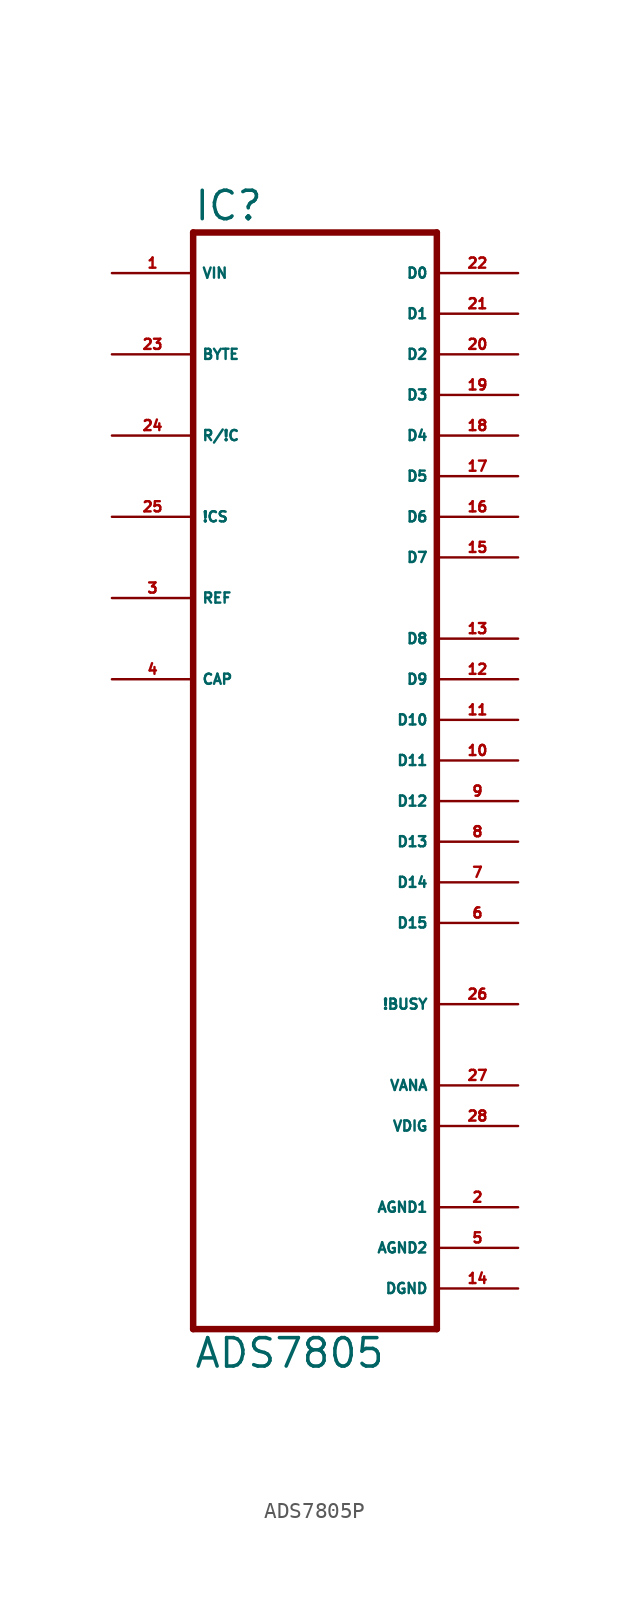
<source format=kicad_sym>
(kicad_symbol_lib
  (version 20220914)
  (generator Eagle2Kicad)
  (symbol "ADS7805P"
    (property "Reference" "IC"
      (at -7.62 36.195 0)
      (effects (font (size 1.778 1.778) (thickness 0.22)) (justify left bottom)))
    (property "Value" "ADS7805"
      (at -7.62 -35.56 0)
      (effects (font (size 1.778 1.778) (thickness 0.22)) (justify left bottom)))
    (polyline
      (pts (xy 7.62 -33.02) (xy -7.62 -33.02))
      (stroke (width 0.406) (type default))
      (fill (type none)))
    (polyline
      (pts (xy -7.62 -33.02) (xy -7.62 35.56))
      (stroke (width 0.406) (type default))
      (fill (type none)))
    (polyline
      (pts (xy -7.62 35.56) (xy 7.62 35.56))
      (stroke (width 0.406) (type default))
      (fill (type none)))
    (polyline
      (pts (xy 7.62 35.56) (xy 7.62 -33.02))
      (stroke (width 0.406) (type default))
      (fill (type none)))
    (pin input line
      (at -12.7 33.02 0)
      (length 5.08)
      (name "VIN" (effects (font (size 0.635 0.635) (thickness 0.08)) (justify left bottom)))
      (number "1" (effects (font (size 0.635 0.635) (thickness 0.08)) (justify left bottom))))
    (pin input line
      (at -12.7 27.94 0)
      (length 5.08)
      (name "BYTE" (effects (font (size 0.635 0.635) (thickness 0.08)) (justify left bottom)))
      (number "23" (effects (font (size 0.635 0.635) (thickness 0.08)) (justify left bottom))))
    (pin input line
      (at -12.7 22.86 0)
      (length 5.08)
      (name "R/!C" (effects (font (size 0.635 0.635) (thickness 0.08)) (justify left bottom)))
      (number "24" (effects (font (size 0.635 0.635) (thickness 0.08)) (justify left bottom))))
    (pin input line
      (at -12.7 17.78 0)
      (length 5.08)
      (name "!CS" (effects (font (size 0.635 0.635) (thickness 0.08)) (justify left bottom)))
      (number "25" (effects (font (size 0.635 0.635) (thickness 0.08)) (justify left bottom))))
    (pin output line
      (at 12.7 33.02 180)
      (length 5.08)
      (name "D0" (effects (font (size 0.635 0.635) (thickness 0.08)) (justify left bottom)))
      (number "22" (effects (font (size 0.635 0.635) (thickness 0.08)) (justify left bottom))))
    (pin output line
      (at 12.7 30.48 180)
      (length 5.08)
      (name "D1" (effects (font (size 0.635 0.635) (thickness 0.08)) (justify left bottom)))
      (number "21" (effects (font (size 0.635 0.635) (thickness 0.08)) (justify left bottom))))
    (pin output line
      (at 12.7 27.94 180)
      (length 5.08)
      (name "D2" (effects (font (size 0.635 0.635) (thickness 0.08)) (justify left bottom)))
      (number "20" (effects (font (size 0.635 0.635) (thickness 0.08)) (justify left bottom))))
    (pin output line
      (at 12.7 25.4 180)
      (length 5.08)
      (name "D3" (effects (font (size 0.635 0.635) (thickness 0.08)) (justify left bottom)))
      (number "19" (effects (font (size 0.635 0.635) (thickness 0.08)) (justify left bottom))))
    (pin output line
      (at 12.7 22.86 180)
      (length 5.08)
      (name "D4" (effects (font (size 0.635 0.635) (thickness 0.08)) (justify left bottom)))
      (number "18" (effects (font (size 0.635 0.635) (thickness 0.08)) (justify left bottom))))
    (pin output line
      (at 12.7 20.32 180)
      (length 5.08)
      (name "D5" (effects (font (size 0.635 0.635) (thickness 0.08)) (justify left bottom)))
      (number "17" (effects (font (size 0.635 0.635) (thickness 0.08)) (justify left bottom))))
    (pin output line
      (at 12.7 17.78 180)
      (length 5.08)
      (name "D6" (effects (font (size 0.635 0.635) (thickness 0.08)) (justify left bottom)))
      (number "16" (effects (font (size 0.635 0.635) (thickness 0.08)) (justify left bottom))))
    (pin output line
      (at 12.7 15.24 180)
      (length 5.08)
      (name "D7" (effects (font (size 0.635 0.635) (thickness 0.08)) (justify left bottom)))
      (number "15" (effects (font (size 0.635 0.635) (thickness 0.08)) (justify left bottom))))
    (pin output line
      (at 12.7 10.16 180)
      (length 5.08)
      (name "D8" (effects (font (size 0.635 0.635) (thickness 0.08)) (justify left bottom)))
      (number "13" (effects (font (size 0.635 0.635) (thickness 0.08)) (justify left bottom))))
    (pin output line
      (at 12.7 7.62 180)
      (length 5.08)
      (name "D9" (effects (font (size 0.635 0.635) (thickness 0.08)) (justify left bottom)))
      (number "12" (effects (font (size 0.635 0.635) (thickness 0.08)) (justify left bottom))))
    (pin output line
      (at 12.7 5.08 180)
      (length 5.08)
      (name "D10" (effects (font (size 0.635 0.635) (thickness 0.08)) (justify left bottom)))
      (number "11" (effects (font (size 0.635 0.635) (thickness 0.08)) (justify left bottom))))
    (pin output line
      (at 12.7 2.54 180)
      (length 5.08)
      (name "D11" (effects (font (size 0.635 0.635) (thickness 0.08)) (justify left bottom)))
      (number "10" (effects (font (size 0.635 0.635) (thickness 0.08)) (justify left bottom))))
    (pin output line
      (at 12.7 0 180)
      (length 5.08)
      (name "D12" (effects (font (size 0.635 0.635) (thickness 0.08)) (justify left bottom)))
      (number "9" (effects (font (size 0.635 0.635) (thickness 0.08)) (justify left bottom))))
    (pin output line
      (at 12.7 -2.54 180)
      (length 5.08)
      (name "D13" (effects (font (size 0.635 0.635) (thickness 0.08)) (justify left bottom)))
      (number "8" (effects (font (size 0.635 0.635) (thickness 0.08)) (justify left bottom))))
    (pin output line
      (at 12.7 -5.08 180)
      (length 5.08)
      (name "D14" (effects (font (size 0.635 0.635) (thickness 0.08)) (justify left bottom)))
      (number "7" (effects (font (size 0.635 0.635) (thickness 0.08)) (justify left bottom))))
    (pin output line
      (at 12.7 -7.62 180)
      (length 5.08)
      (name "D15" (effects (font (size 0.635 0.635) (thickness 0.08)) (justify left bottom)))
      (number "6" (effects (font (size 0.635 0.635) (thickness 0.08)) (justify left bottom))))
    (pin output line
      (at 12.7 -12.7 180)
      (length 5.08)
      (name "!BUSY" (effects (font (size 0.635 0.635) (thickness 0.08)) (justify left bottom)))
      (number "26" (effects (font (size 0.635 0.635) (thickness 0.08)) (justify left bottom))))
    (pin bidirectional line
      (at -12.7 12.7 0)
      (length 5.08)
      (name "REF" (effects (font (size 0.635 0.635) (thickness 0.08)) (justify left bottom)))
      (number "3" (effects (font (size 0.635 0.635) (thickness 0.08)) (justify left bottom))))
    (pin passive line
      (at -12.7 7.62 0)
      (length 5.08)
      (name "CAP" (effects (font (size 0.635 0.635) (thickness 0.08)) (justify left bottom)))
      (number "4" (effects (font (size 0.635 0.635) (thickness 0.08)) (justify left bottom))))
    (pin unspecified line
      (at 12.7 -17.78 180)
      (length 5.08)
      (name "VANA" (effects (font (size 0.635 0.635) (thickness 0.08)) (justify left bottom)))
      (number "27" (effects (font (size 0.635 0.635) (thickness 0.08)) (justify left bottom))))
    (pin unspecified line
      (at 12.7 -20.32 180)
      (length 5.08)
      (name "VDIG" (effects (font (size 0.635 0.635) (thickness 0.08)) (justify left bottom)))
      (number "28" (effects (font (size 0.635 0.635) (thickness 0.08)) (justify left bottom))))
    (pin unspecified line
      (at 12.7 -25.4 180)
      (length 5.08)
      (name "AGND1" (effects (font (size 0.635 0.635) (thickness 0.08)) (justify left bottom)))
      (number "2" (effects (font (size 0.635 0.635) (thickness 0.08)) (justify left bottom))))
    (pin unspecified line
      (at 12.7 -27.94 180)
      (length 5.08)
      (name "AGND2" (effects (font (size 0.635 0.635) (thickness 0.08)) (justify left bottom)))
      (number "5" (effects (font (size 0.635 0.635) (thickness 0.08)) (justify left bottom))))
    (pin unspecified line
      (at 12.7 -30.48 180)
      (length 5.08)
      (name "DGND" (effects (font (size 0.635 0.635) (thickness 0.08)) (justify left bottom)))
      (number "14" (effects (font (size 0.635 0.635) (thickness 0.08)) (justify left bottom))))))
</source>
